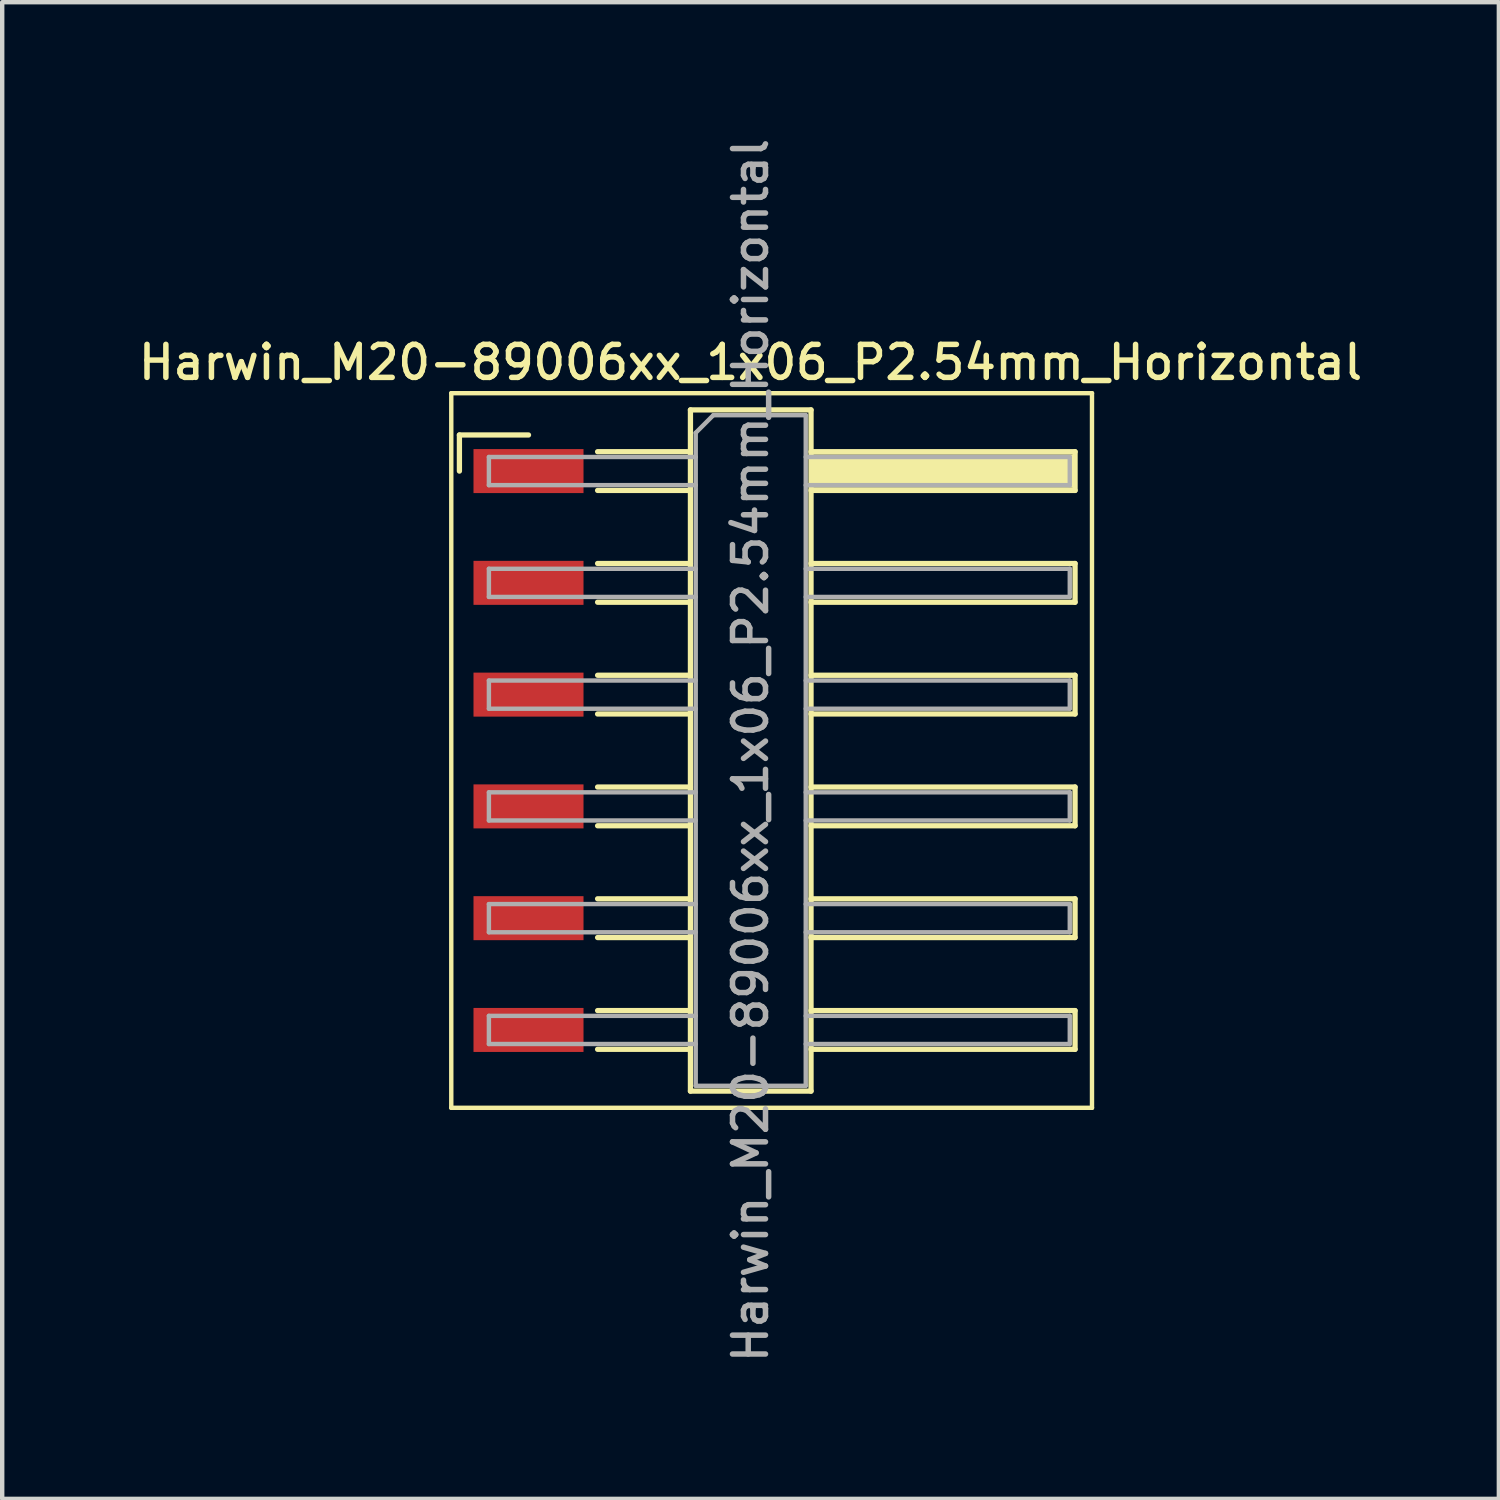
<source format=kicad_pcb>
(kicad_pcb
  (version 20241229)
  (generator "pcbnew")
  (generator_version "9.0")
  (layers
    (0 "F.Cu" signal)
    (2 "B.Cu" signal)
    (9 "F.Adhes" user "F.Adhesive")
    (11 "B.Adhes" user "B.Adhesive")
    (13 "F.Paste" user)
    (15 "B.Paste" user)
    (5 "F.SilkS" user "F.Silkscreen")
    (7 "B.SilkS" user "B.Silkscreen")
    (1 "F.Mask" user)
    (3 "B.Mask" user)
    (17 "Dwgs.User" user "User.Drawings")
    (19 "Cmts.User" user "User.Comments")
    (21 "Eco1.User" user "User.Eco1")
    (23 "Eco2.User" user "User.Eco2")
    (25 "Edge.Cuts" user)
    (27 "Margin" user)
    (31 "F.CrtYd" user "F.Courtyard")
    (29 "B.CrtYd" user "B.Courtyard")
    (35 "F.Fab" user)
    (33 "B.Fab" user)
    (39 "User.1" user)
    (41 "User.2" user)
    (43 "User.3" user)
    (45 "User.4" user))
  (footprint "Harwin_M20-89006xx_1x06_P2.54mm_Horizontal"
    (layer "F.Cu")
    (at 14.485 14.005)
    (property "Reference" "Harwin_M20-89006xx_1x06_P2.54mm_Horizontal" (at -0.48 -8.82 0) (layer "F.SilkS") (effects (font (size 0.75 0.75) (thickness 0.125))))
    (attr smd)
    (fp_line (start -7.28 -8.12) (end 7.28 -8.12) (stroke (width 0.1) (type solid)) (layer "F.SilkS"))
    (fp_line (start -7.28 8.12) (end -7.28 -8.12) (stroke (width 0.1) (type solid)) (layer "F.SilkS"))
    (fp_line (start -7.095 -7.17) (end -5.525 -7.17) (stroke (width 0.12) (type solid)) (layer "F.SilkS"))
    (fp_line (start -7.095 -6.35) (end -7.095 -7.17) (stroke (width 0.12) (type solid)) (layer "F.SilkS"))
    (fp_line (start -3.955 -6.79) (end -1.845 -6.79) (stroke (width 0.12) (type solid)) (layer "F.SilkS"))
    (fp_line (start -3.955 -5.91) (end -1.845 -5.91) (stroke (width 0.12) (type solid)) (layer "F.SilkS"))
    (fp_line (start -3.955 -4.25) (end -1.845 -4.25) (stroke (width 0.12) (type solid)) (layer "F.SilkS"))
    (fp_line (start -3.955 -3.37) (end -1.845 -3.37) (stroke (width 0.12) (type solid)) (layer "F.SilkS"))
    (fp_line (start -3.955 -1.71) (end -1.845 -1.71) (stroke (width 0.12) (type solid)) (layer "F.SilkS"))
    (fp_line (start -3.955 -0.83) (end -1.845 -0.83) (stroke (width 0.12) (type solid)) (layer "F.SilkS"))
    (fp_line (start -3.955 0.83) (end -1.845 0.83) (stroke (width 0.12) (type solid)) (layer "F.SilkS"))
    (fp_line (start -3.955 1.71) (end -1.845 1.71) (stroke (width 0.12) (type solid)) (layer "F.SilkS"))
    (fp_line (start -3.955 3.37) (end -1.845 3.37) (stroke (width 0.12) (type solid)) (layer "F.SilkS"))
    (fp_line (start -3.955 4.25) (end -1.845 4.25) (stroke (width 0.12) (type solid)) (layer "F.SilkS"))
    (fp_line (start -3.955 5.91) (end -1.845 5.91) (stroke (width 0.12) (type solid)) (layer "F.SilkS"))
    (fp_line (start -3.955 6.79) (end -1.845 6.79) (stroke (width 0.12) (type solid)) (layer "F.SilkS"))
    (fp_line (start -1.845 -7.74) (end 0.895 -7.74) (stroke (width 0.12) (type solid)) (layer "F.SilkS"))
    (fp_line (start -1.845 7.74) (end -1.845 -7.74) (stroke (width 0.12) (type solid)) (layer "F.SilkS"))
    (fp_line (start 0.895 -7.74) (end 0.895 7.74) (stroke (width 0.12) (type solid)) (layer "F.SilkS"))
    (fp_line (start 0.895 -6.79) (end 6.895 -6.79) (stroke (width 0.12) (type solid)) (layer "F.SilkS"))
    (fp_line (start 0.895 -4.25) (end 6.895 -4.25) (stroke (width 0.12) (type solid)) (layer "F.SilkS"))
    (fp_line (start 0.895 -1.71) (end 6.895 -1.71) (stroke (width 0.12) (type solid)) (layer "F.SilkS"))
    (fp_line (start 0.895 0.83) (end 6.895 0.83) (stroke (width 0.12) (type solid)) (layer "F.SilkS"))
    (fp_line (start 0.895 3.37) (end 6.895 3.37) (stroke (width 0.12) (type solid)) (layer "F.SilkS"))
    (fp_line (start 0.895 5.91) (end 6.895 5.91) (stroke (width 0.12) (type solid)) (layer "F.SilkS"))
    (fp_line (start 0.895 7.74) (end -1.845 7.74) (stroke (width 0.12) (type solid)) (layer "F.SilkS"))
    (fp_line (start 6.895 -6.79) (end 6.895 -5.91) (stroke (width 0.12) (type solid)) (layer "F.SilkS"))
    (fp_line (start 6.895 -5.91) (end 0.895 -5.91) (stroke (width 0.12) (type solid)) (layer "F.SilkS"))
    (fp_line (start 6.895 -4.25) (end 6.895 -3.37) (stroke (width 0.12) (type solid)) (layer "F.SilkS"))
    (fp_line (start 6.895 -3.37) (end 0.895 -3.37) (stroke (width 0.12) (type solid)) (layer "F.SilkS"))
    (fp_line (start 6.895 -1.71) (end 6.895 -0.83) (stroke (width 0.12) (type solid)) (layer "F.SilkS"))
    (fp_line (start 6.895 -0.83) (end 0.895 -0.83) (stroke (width 0.12) (type solid)) (layer "F.SilkS"))
    (fp_line (start 6.895 0.83) (end 6.895 1.71) (stroke (width 0.12) (type solid)) (layer "F.SilkS"))
    (fp_line (start 6.895 1.71) (end 0.895 1.71) (stroke (width 0.12) (type solid)) (layer "F.SilkS"))
    (fp_line (start 6.895 3.37) (end 6.895 4.25) (stroke (width 0.12) (type solid)) (layer "F.SilkS"))
    (fp_line (start 6.895 4.25) (end 0.895 4.25) (stroke (width 0.12) (type solid)) (layer "F.SilkS"))
    (fp_line (start 6.895 5.91) (end 6.895 6.79) (stroke (width 0.12) (type solid)) (layer "F.SilkS"))
    (fp_line (start 6.895 6.79) (end 0.895 6.79) (stroke (width 0.12) (type solid)) (layer "F.SilkS"))
    (fp_line (start 7.28 -8.12) (end 7.28 8.12) (stroke (width 0.1) (type solid)) (layer "F.SilkS"))
    (fp_line (start 7.28 8.12) (end -7.28 8.12) (stroke (width 0.1) (type solid)) (layer "F.SilkS"))
    (fp_line (start -6.425 -6.67) (end -6.425 -6.03) (stroke (width 0.1) (type solid)) (layer "F.Fab"))
    (fp_line (start -6.425 -6.03) (end -1.725 -6.03) (stroke (width 0.1) (type solid)) (layer "F.Fab"))
    (fp_line (start -6.425 -4.13) (end -6.425 -3.49) (stroke (width 0.1) (type solid)) (layer "F.Fab"))
    (fp_line (start -6.425 -3.49) (end -1.725 -3.49) (stroke (width 0.1) (type solid)) (layer "F.Fab"))
    (fp_line (start -6.425 -1.59) (end -6.425 -0.95) (stroke (width 0.1) (type solid)) (layer "F.Fab"))
    (fp_line (start -6.425 -0.95) (end -1.725 -0.95) (stroke (width 0.1) (type solid)) (layer "F.Fab"))
    (fp_line (start -6.425 0.95) (end -6.425 1.59) (stroke (width 0.1) (type solid)) (layer "F.Fab"))
    (fp_line (start -6.425 1.59) (end -1.725 1.59) (stroke (width 0.1) (type solid)) (layer "F.Fab"))
    (fp_line (start -6.425 3.49) (end -6.425 4.13) (stroke (width 0.1) (type solid)) (layer "F.Fab"))
    (fp_line (start -6.425 4.13) (end -1.725 4.13) (stroke (width 0.1) (type solid)) (layer "F.Fab"))
    (fp_line (start -6.425 6.03) (end -6.425 6.67) (stroke (width 0.1) (type solid)) (layer "F.Fab"))
    (fp_line (start -6.425 6.67) (end -1.725 6.67) (stroke (width 0.1) (type solid)) (layer "F.Fab"))
    (fp_line (start -1.725 -7.22) (end -1.325 -7.62) (stroke (width 0.1) (type solid)) (layer "F.Fab"))
    (fp_line (start -1.725 -6.67) (end -6.425 -6.67) (stroke (width 0.1) (type solid)) (layer "F.Fab"))
    (fp_line (start -1.725 -4.13) (end -6.425 -4.13) (stroke (width 0.1) (type solid)) (layer "F.Fab"))
    (fp_line (start -1.725 -1.59) (end -6.425 -1.59) (stroke (width 0.1) (type solid)) (layer "F.Fab"))
    (fp_line (start -1.725 0.95) (end -6.425 0.95) (stroke (width 0.1) (type solid)) (layer "F.Fab"))
    (fp_line (start -1.725 3.49) (end -6.425 3.49) (stroke (width 0.1) (type solid)) (layer "F.Fab"))
    (fp_line (start -1.725 6.03) (end -6.425 6.03) (stroke (width 0.1) (type solid)) (layer "F.Fab"))
    (fp_line (start -1.725 7.62) (end -1.725 -7.22) (stroke (width 0.1) (type solid)) (layer "F.Fab"))
    (fp_line (start -1.325 -7.62) (end 0.775 -7.62) (stroke (width 0.1) (type solid)) (layer "F.Fab"))
    (fp_line (start 0.775 -7.62) (end 0.775 7.62) (stroke (width 0.1) (type solid)) (layer "F.Fab"))
    (fp_line (start 0.775 -6.67) (end 6.775 -6.67) (stroke (width 0.1) (type solid)) (layer "F.Fab"))
    (fp_line (start 0.775 -4.13) (end 6.775 -4.13) (stroke (width 0.1) (type solid)) (layer "F.Fab"))
    (fp_line (start 0.775 -1.59) (end 6.775 -1.59) (stroke (width 0.1) (type solid)) (layer "F.Fab"))
    (fp_line (start 0.775 0.95) (end 6.775 0.95) (stroke (width 0.1) (type solid)) (layer "F.Fab"))
    (fp_line (start 0.775 3.49) (end 6.775 3.49) (stroke (width 0.1) (type solid)) (layer "F.Fab"))
    (fp_line (start 0.775 6.03) (end 6.775 6.03) (stroke (width 0.1) (type solid)) (layer "F.Fab"))
    (fp_line (start 0.775 7.62) (end -1.725 7.62) (stroke (width 0.1) (type solid)) (layer "F.Fab"))
    (fp_line (start 6.775 -6.67) (end 6.775 -6.03) (stroke (width 0.1) (type solid)) (layer "F.Fab"))
    (fp_line (start 6.775 -6.03) (end 0.775 -6.03) (stroke (width 0.1) (type solid)) (layer "F.Fab"))
    (fp_line (start 6.775 -4.13) (end 6.775 -3.49) (stroke (width 0.1) (type solid)) (layer "F.Fab"))
    (fp_line (start 6.775 -3.49) (end 0.775 -3.49) (stroke (width 0.1) (type solid)) (layer "F.Fab"))
    (fp_line (start 6.775 -1.59) (end 6.775 -0.95) (stroke (width 0.1) (type solid)) (layer "F.Fab"))
    (fp_line (start 6.775 -0.95) (end 0.775 -0.95) (stroke (width 0.1) (type solid)) (layer "F.Fab"))
    (fp_line (start 6.775 0.95) (end 6.775 1.59) (stroke (width 0.1) (type solid)) (layer "F.Fab"))
    (fp_line (start 6.775 1.59) (end 0.775 1.59) (stroke (width 0.1) (type solid)) (layer "F.Fab"))
    (fp_line (start 6.775 3.49) (end 6.775 4.13) (stroke (width 0.1) (type solid)) (layer "F.Fab"))
    (fp_line (start 6.775 4.13) (end 0.775 4.13) (stroke (width 0.1) (type solid)) (layer "F.Fab"))
    (fp_line (start 6.775 6.03) (end 6.775 6.67) (stroke (width 0.1) (type solid)) (layer "F.Fab"))
    (fp_line (start 6.775 6.67) (end 0.775 6.67) (stroke (width 0.1) (type solid)) (layer "F.Fab"))
    (fp_text user "${REFERENCE}" (at -0.48 0 90) (layer "F.Fab") (effects (font (size 0.75 0.75) (thickness 0.125))))
    (pad "" smd rect (at 3.895 -6.35) (size 6 0.76) (layers "F.SilkS"))
    (pad "1" smd rect (at -5.525 -6.35) (size 2.5 1) (layers "F.Cu" "F.Mask" "F.Paste"))
    (pad "2" smd rect (at -5.525 -3.81) (size 2.5 1) (layers "F.Cu" "F.Mask" "F.Paste"))
    (pad "3" smd rect (at -5.525 -1.27) (size 2.5 1) (layers "F.Cu" "F.Mask" "F.Paste"))
    (pad "4" smd rect (at -5.525 1.27) (size 2.5 1) (layers "F.Cu" "F.Mask" "F.Paste"))
    (pad "5" smd rect (at -5.525 3.81) (size 2.5 1) (layers "F.Cu" "F.Mask" "F.Paste"))
    (pad "6" smd rect (at -5.525 6.35) (size 2.5 1) (layers "F.Cu" "F.Mask" "F.Paste")))
  (gr_rect
    (start -3 -3)
    (end 31.011 31.011)
    (stroke (width 0.1) (type default))
    (fill no)
    (layer "Edge.Cuts")))
</source>
